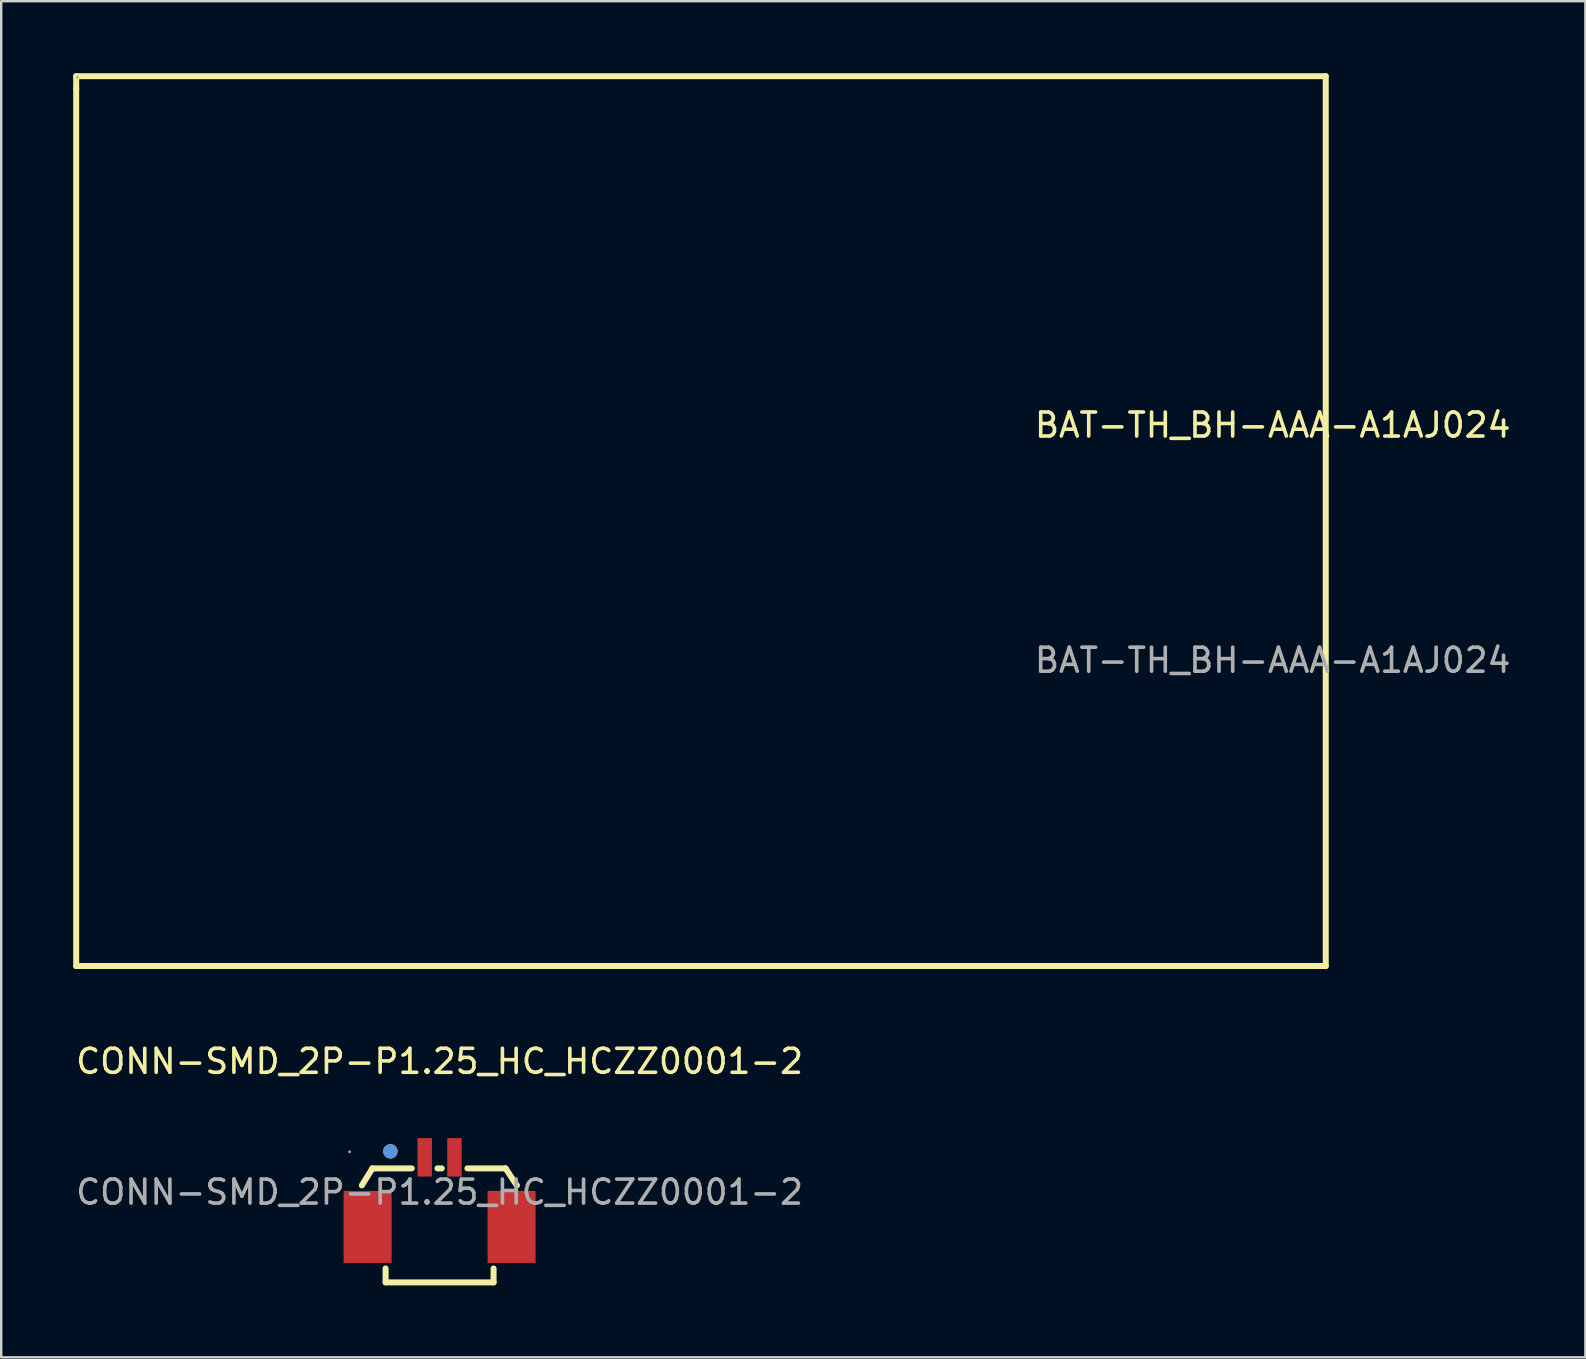
<source format=kicad_pcb>
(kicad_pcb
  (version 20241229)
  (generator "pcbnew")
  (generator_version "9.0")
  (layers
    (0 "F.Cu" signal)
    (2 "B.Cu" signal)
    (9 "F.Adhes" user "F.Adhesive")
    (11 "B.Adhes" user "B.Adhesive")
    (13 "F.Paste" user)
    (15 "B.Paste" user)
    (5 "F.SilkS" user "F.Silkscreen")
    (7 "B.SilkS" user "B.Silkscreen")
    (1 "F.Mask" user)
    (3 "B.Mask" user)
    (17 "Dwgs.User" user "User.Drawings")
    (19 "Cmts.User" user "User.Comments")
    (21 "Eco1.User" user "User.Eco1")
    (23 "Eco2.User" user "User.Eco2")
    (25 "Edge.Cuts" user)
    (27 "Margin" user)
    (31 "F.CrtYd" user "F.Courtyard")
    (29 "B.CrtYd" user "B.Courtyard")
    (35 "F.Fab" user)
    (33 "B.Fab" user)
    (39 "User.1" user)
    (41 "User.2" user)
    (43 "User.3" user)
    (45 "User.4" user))
  (footprint "CONN-SMD_2P-P1.25_HC_HCZZ0001-2"
    (layer "F.Cu")
    (at 15.268 46.628)
    (property "Reference" "CONN-SMD_2P-P1.25_HC_HCZZ0001-2" (at 0 -5.45 0) (layer "F.SilkS") (effects (font (size 1 1) (thickness 0.15))))
    (attr smd)
    (fp_line (start -2.8 -0.99) (end -3.24 -0.28) (stroke (width 0.25) (type solid)) (layer "F.SilkS"))
    (fp_line (start -2.8 -0.99) (end -1.16 -0.99) (stroke (width 0.25) (type solid)) (layer "F.SilkS"))
    (fp_line (start -2.25 3.76) (end -2.25 3.18) (stroke (width 0.25) (type solid)) (layer "F.SilkS"))
    (fp_line (start -2.25 3.76) (end 2.25 3.76) (stroke (width 0.25) (type solid)) (layer "F.SilkS"))
    (fp_line (start -0.09 -0.99) (end 0.09 -0.99) (stroke (width 0.25) (type solid)) (layer "F.SilkS"))
    (fp_line (start 1.16 -0.99) (end 2.75 -0.99) (stroke (width 0.25) (type solid)) (layer "F.SilkS"))
    (fp_line (start 2.25 3.76) (end 2.25 3.18) (stroke (width 0.25) (type solid)) (layer "F.SilkS"))
    (fp_line (start 2.75 -0.99) (end 3.22 -0.28) (stroke (width 0.25) (type solid)) (layer "F.SilkS"))
    (fp_circle (center -2.05 -1.7) (end -1.9 -1.7) (stroke (width 0.3) (type solid)) (fill no) (layer "F.SilkS"))
    (fp_circle (center -2.05 -1.7) (end -1.9 -1.7) (stroke (width 0.3) (type solid)) (fill no) (layer "Cmts.User"))
    (fp_circle (center -3.75 -1.68) (end -3.72 -1.68) (stroke (width 0.06) (type solid)) (fill no) (layer "F.Fab"))
    (fp_text user "${REFERENCE}" (at 0 0 0) (layer "F.Fab") (effects (font (size 1 1) (thickness 0.15))))
    (pad "1" smd rect (at -0.62 -1.45) (size 0.6 1.6) (layers "F.Cu" "F.Mask" "F.Paste"))
    (pad "2" smd rect (at 0.62 -1.45) (size 0.6 1.6) (layers "F.Cu" "F.Mask" "F.Paste"))
    (pad "SH" smd rect (at -3 1.45) (size 2 3) (layers "F.Cu" "F.Mask" "F.Paste"))
    (pad "SH" smd rect (at 3 1.45) (size 2 3) (layers "F.Cu" "F.Mask" "F.Paste")))
  (footprint "BAT-TH_BH-AAA-A1AJ024"
    (layer "F.Cu")
    (at 49.985 24.465)
    (property "Reference" "BAT-TH_BH-AAA-A1AJ024" (at 0 -9.8 0) (layer "F.SilkS") (effects (font (size 1 1) (thickness 0.15))))
    (attr through_hole)
    (fp_line (start -49.86 -24.34) (end 2.21 -24.34) (stroke (width 0.25) (type solid)) (layer "F.SilkS"))
    (fp_line (start -49.86 -23.83) (end -49.86 -24.34) (stroke (width 0.25) (type solid)) (layer "F.SilkS"))
    (fp_line (start -49.86 12.74) (end -49.86 -23.83) (stroke (width 0.25) (type solid)) (layer "F.SilkS"))
    (fp_line (start 2.21 -24.34) (end 2.21 12.74) (stroke (width 0.25) (type solid)) (layer "F.SilkS"))
    (fp_line (start 2.21 12.74) (end -49.86 12.74) (stroke (width 0.25) (type solid)) (layer "F.SilkS"))
    (fp_circle (center -49.82 -24.3) (end -49.79 -24.3) (stroke (width 0.06) (type solid)) (fill no) (layer "F.Fab"))
    (fp_text user "${REFERENCE}" (at 0 0 0) (layer "F.Fab") (effects (font (size 1 1) (thickness 0.15)))))
  (gr_rect
    (start -3 -3)
    (end 63.015 53.513)
    (stroke (width 0.1) (type default))
    (fill no)
    (layer "Edge.Cuts")))
</source>
